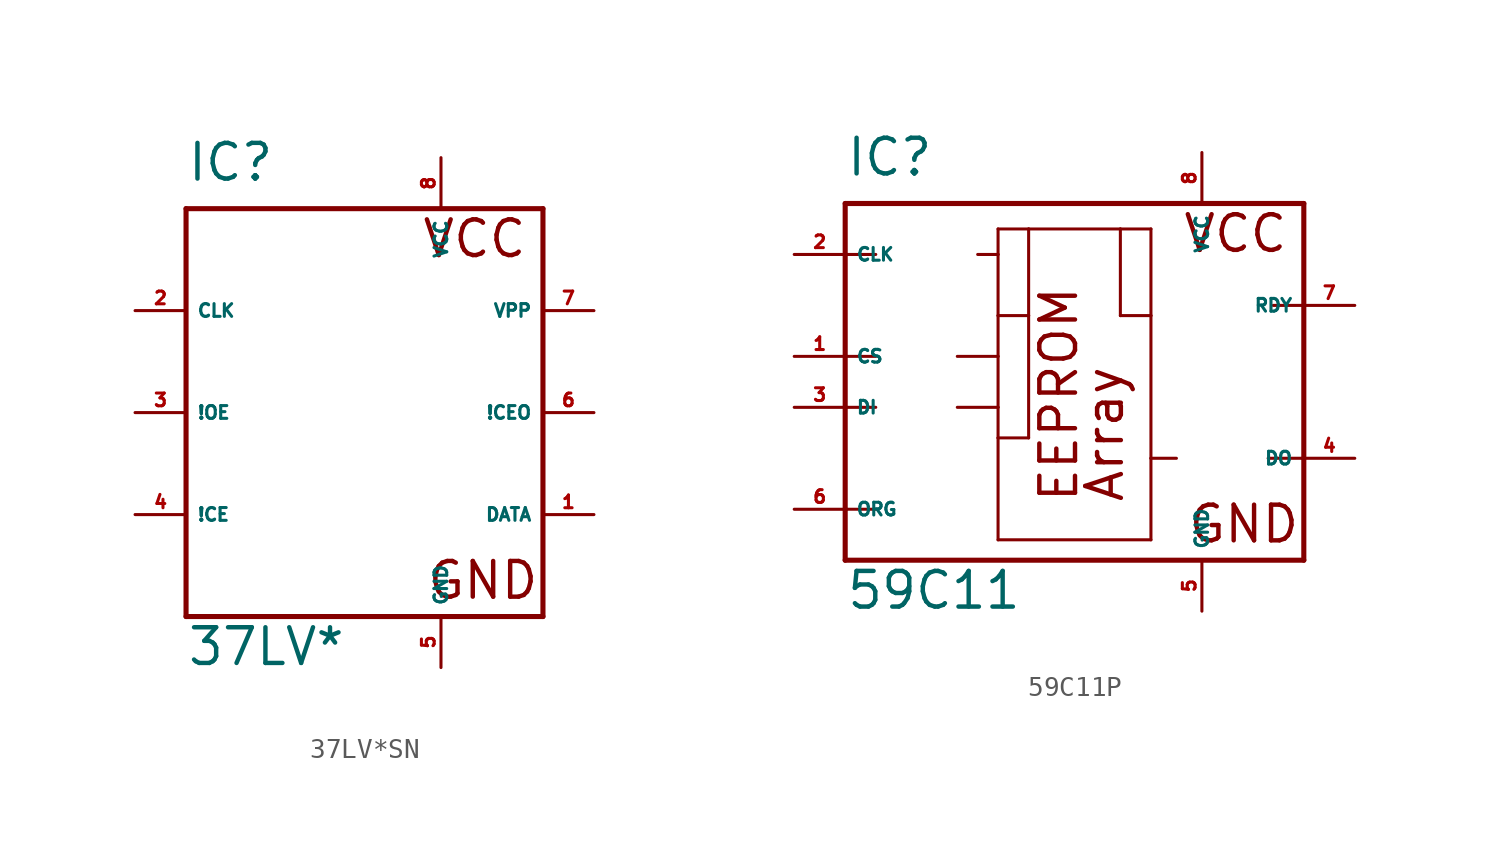
<source format=kicad_sym>
(kicad_symbol_lib
  (version 20220914)
  (generator Eagle2Kicad)
  (symbol "37LV*SN"
    (property "Reference" "IC"
      (at -10.16 11.43 0)
      (effects (font (size 1.778 1.778) (thickness 0.22)) (justify left bottom)))
    (property "Value" "37LV*"
      (at -10.16 -12.7 0)
      (effects (font (size 1.778 1.778) (thickness 0.22)) (justify left bottom)))
    (polyline
      (pts (xy -10.16 10.16) (xy 7.62 10.16))
      (stroke (width 0.254) (type default))
      (fill (type none)))
    (polyline
      (pts (xy 7.62 10.16) (xy 7.62 -10.16))
      (stroke (width 0.254) (type default))
      (fill (type none)))
    (polyline
      (pts (xy 7.62 -10.16) (xy -10.16 -10.16))
      (stroke (width 0.254) (type default))
      (fill (type none)))
    (polyline
      (pts (xy -10.16 -10.16) (xy -10.16 10.16))
      (stroke (width 0.254) (type default))
      (fill (type none)))
    (text "VCC"
      (at 1.524 7.62 0)
      (effects (font (size 1.778 1.778) (thickness 0.22)) (justify left bottom)))
    (text "GND"
      (at 1.778 -9.398 0)
      (effects (font (size 1.778 1.778) (thickness 0.22)) (justify left bottom)))
    (pin unspecified line
      (at 2.54 12.7 270)
      (length 2.54)
      (name "VCC" (effects (font (size 0.635 0.635) (thickness 0.08)) (justify left bottom)))
      (number "8" (effects (font (size 0.635 0.635) (thickness 0.08)) (justify left bottom))))
    (pin unspecified line
      (at 2.54 -12.7 90)
      (length 2.54)
      (name "GND" (effects (font (size 0.635 0.635) (thickness 0.08)) (justify left bottom)))
      (number "5" (effects (font (size 0.635 0.635) (thickness 0.08)) (justify left bottom))))
    (pin input line
      (at -12.7 5.08 0)
      (length 2.54)
      (name "CLK" (effects (font (size 0.635 0.635) (thickness 0.08)) (justify left bottom)))
      (number "2" (effects (font (size 0.635 0.635) (thickness 0.08)) (justify left bottom))))
    (pin tri_state line
      (at 10.16 -5.08 180)
      (length 2.54)
      (name "DATA" (effects (font (size 0.635 0.635) (thickness 0.08)) (justify left bottom)))
      (number "1" (effects (font (size 0.635 0.635) (thickness 0.08)) (justify left bottom))))
    (pin input line
      (at -12.7 0 0)
      (length 2.54)
      (name "!OE" (effects (font (size 0.635 0.635) (thickness 0.08)) (justify left bottom)))
      (number "3" (effects (font (size 0.635 0.635) (thickness 0.08)) (justify left bottom))))
    (pin input line
      (at -12.7 -5.08 0)
      (length 2.54)
      (name "!CE" (effects (font (size 0.635 0.635) (thickness 0.08)) (justify left bottom)))
      (number "4" (effects (font (size 0.635 0.635) (thickness 0.08)) (justify left bottom))))
    (pin input line
      (at 10.16 5.08 180)
      (length 2.54)
      (name "VPP" (effects (font (size 0.635 0.635) (thickness 0.08)) (justify left bottom)))
      (number "7" (effects (font (size 0.635 0.635) (thickness 0.08)) (justify left bottom))))
    (pin output line
      (at 10.16 0 180)
      (length 2.54)
      (name "!CEO" (effects (font (size 0.635 0.635) (thickness 0.08)) (justify left bottom)))
      (number "6" (effects (font (size 0.635 0.635) (thickness 0.08)) (justify left bottom)))))
  (symbol "59C11P"
    (property "Reference" "IC"
      (at -10.16 11.43 0)
      (effects (font (size 1.778 1.778) (thickness 0.22)) (justify left bottom)))
    (property "Value" "59C11"
      (at -10.16 -10.16 0)
      (effects (font (size 1.778 1.778) (thickness 0.22)) (justify left bottom)))
    (polyline
      (pts (xy -10.16 10.16) (xy 12.7 10.16))
      (stroke (width 0.254) (type default))
      (fill (type none)))
    (polyline
      (pts (xy 12.7 10.16) (xy 12.7 5.08))
      (stroke (width 0.254) (type default))
      (fill (type none)))
    (polyline
      (pts (xy 12.7 5.08) (xy 12.7 -2.54))
      (stroke (width 0.254) (type default))
      (fill (type none)))
    (polyline
      (pts (xy 12.7 -2.54) (xy 12.7 -7.62))
      (stroke (width 0.254) (type default))
      (fill (type none)))
    (polyline
      (pts (xy 12.7 -7.62) (xy -10.16 -7.62))
      (stroke (width 0.254) (type default))
      (fill (type none)))
    (polyline
      (pts (xy -10.16 -7.62) (xy -10.16 -5.08))
      (stroke (width 0.254) (type default))
      (fill (type none)))
    (polyline
      (pts (xy -10.16 -5.08) (xy -10.16 0))
      (stroke (width 0.254) (type default))
      (fill (type none)))
    (polyline
      (pts (xy -10.16 0) (xy -10.16 2.54))
      (stroke (width 0.254) (type default))
      (fill (type none)))
    (polyline
      (pts (xy -10.16 2.54) (xy -10.16 7.62))
      (stroke (width 0.254) (type default))
      (fill (type none)))
    (polyline
      (pts (xy -10.16 7.62) (xy -10.16 10.16))
      (stroke (width 0.254) (type default))
      (fill (type none)))
    (polyline
      (pts (xy -2.54 8.89) (xy -1.016 8.89))
      (stroke (width 0.152) (type default))
      (fill (type none)))
    (polyline
      (pts (xy -1.016 8.89) (xy 3.556 8.89))
      (stroke (width 0.152) (type default))
      (fill (type none)))
    (polyline
      (pts (xy 3.556 8.89) (xy 5.08 8.89))
      (stroke (width 0.152) (type default))
      (fill (type none)))
    (polyline
      (pts (xy 5.08 8.89) (xy 5.08 4.572))
      (stroke (width 0.152) (type default))
      (fill (type none)))
    (polyline
      (pts (xy 5.08 4.572) (xy 5.08 -2.54))
      (stroke (width 0.152) (type default))
      (fill (type none)))
    (polyline
      (pts (xy 5.08 -2.54) (xy 5.08 -6.604))
      (stroke (width 0.152) (type default))
      (fill (type none)))
    (polyline
      (pts (xy 5.08 -6.604) (xy -2.54 -6.604))
      (stroke (width 0.152) (type default))
      (fill (type none)))
    (polyline
      (pts (xy -2.54 -6.604) (xy -2.54 -1.524))
      (stroke (width 0.152) (type default))
      (fill (type none)))
    (polyline
      (pts (xy -2.54 -1.524) (xy -2.54 0))
      (stroke (width 0.152) (type default))
      (fill (type none)))
    (polyline
      (pts (xy -2.54 0) (xy -2.54 2.54))
      (stroke (width 0.152) (type default))
      (fill (type none)))
    (polyline
      (pts (xy -2.54 2.54) (xy -2.54 4.572))
      (stroke (width 0.152) (type default))
      (fill (type none)))
    (polyline
      (pts (xy -2.54 4.572) (xy -2.54 7.62))
      (stroke (width 0.152) (type default))
      (fill (type none)))
    (polyline
      (pts (xy -2.54 7.62) (xy -2.54 8.89))
      (stroke (width 0.152) (type default))
      (fill (type none)))
    (polyline
      (pts (xy -10.16 0) (xy -8.636 0))
      (stroke (width 0.152) (type default))
      (fill (type none)))
    (polyline
      (pts (xy -10.16 -5.08) (xy -8.636 -5.08))
      (stroke (width 0.152) (type default))
      (fill (type none)))
    (polyline
      (pts (xy -10.16 7.62) (xy -8.636 7.62))
      (stroke (width 0.152) (type default))
      (fill (type none)))
    (polyline
      (pts (xy -3.556 7.62) (xy -2.54 7.62))
      (stroke (width 0.152) (type default))
      (fill (type none)))
    (polyline
      (pts (xy 12.7 -2.54) (xy 10.922 -2.54))
      (stroke (width 0.152) (type default))
      (fill (type none)))
    (polyline
      (pts (xy 6.35 -2.54) (xy 5.08 -2.54))
      (stroke (width 0.152) (type default))
      (fill (type none)))
    (polyline
      (pts (xy -1.016 4.572) (xy -1.016 -1.524))
      (stroke (width 0.152) (type default))
      (fill (type none)))
    (polyline
      (pts (xy -10.16 2.54) (xy -8.636 2.54))
      (stroke (width 0.152) (type default))
      (fill (type none)))
    (polyline
      (pts (xy -4.572 2.54) (xy -2.54 2.54))
      (stroke (width 0.152) (type default))
      (fill (type none)))
    (polyline
      (pts (xy -2.54 4.572) (xy -1.016 4.572))
      (stroke (width 0.152) (type default))
      (fill (type none)))
    (polyline
      (pts (xy 12.7 5.08) (xy 11.176 5.08))
      (stroke (width 0.152) (type default))
      (fill (type none)))
    (polyline
      (pts (xy -4.572 0) (xy -2.54 0))
      (stroke (width 0.152) (type default))
      (fill (type none)))
    (polyline
      (pts (xy -2.54 -1.524) (xy -1.016 -1.524))
      (stroke (width 0.152) (type default))
      (fill (type none)))
    (polyline
      (pts (xy -1.016 8.89) (xy -1.016 4.572))
      (stroke (width 0.152) (type default))
      (fill (type none)))
    (polyline
      (pts (xy 5.08 4.572) (xy 3.556 4.572))
      (stroke (width 0.152) (type default))
      (fill (type none)))
    (polyline
      (pts (xy 3.556 8.89) (xy 3.556 4.572))
      (stroke (width 0.152) (type default))
      (fill (type none)))
    (text "Array"
      (at 3.81 -4.826 900)
      (effects (font (size 1.778 1.778) (thickness 0.22)) (justify left bottom)))
    (text "VCC"
      (at 6.604 7.62 0)
      (effects (font (size 1.778 1.778) (thickness 0.22)) (justify left bottom)))
    (text "GND"
      (at 6.858 -6.858 0)
      (effects (font (size 1.778 1.778) (thickness 0.22)) (justify left bottom)))
    (text "EEPROM"
      (at 1.524 -4.826 900)
      (effects (font (size 1.778 1.778) (thickness 0.22)) (justify left bottom)))
    (pin unspecified line
      (at 7.62 12.7 270)
      (length 2.54)
      (name "VCC" (effects (font (size 0.635 0.635) (thickness 0.08)) (justify left bottom)))
      (number "8" (effects (font (size 0.635 0.635) (thickness 0.08)) (justify left bottom))))
    (pin unspecified line
      (at 7.62 -10.16 90)
      (length 2.54)
      (name "GND" (effects (font (size 0.635 0.635) (thickness 0.08)) (justify left bottom)))
      (number "5" (effects (font (size 0.635 0.635) (thickness 0.08)) (justify left bottom))))
    (pin input line
      (at -12.7 7.62 0)
      (length 2.54)
      (name "CLK" (effects (font (size 0.635 0.635) (thickness 0.08)) (justify left bottom)))
      (number "2" (effects (font (size 0.635 0.635) (thickness 0.08)) (justify left bottom))))
    (pin tri_state line
      (at 15.24 -2.54 180)
      (length 2.54)
      (name "DO" (effects (font (size 0.635 0.635) (thickness 0.08)) (justify left bottom)))
      (number "4" (effects (font (size 0.635 0.635) (thickness 0.08)) (justify left bottom))))
    (pin output line
      (at 15.24 5.08 180)
      (length 2.54)
      (name "RDY" (effects (font (size 0.635 0.635) (thickness 0.08)) (justify left bottom)))
      (number "7" (effects (font (size 0.635 0.635) (thickness 0.08)) (justify left bottom))))
    (pin input line
      (at -12.7 -5.08 0)
      (length 2.54)
      (name "ORG" (effects (font (size 0.635 0.635) (thickness 0.08)) (justify left bottom)))
      (number "6" (effects (font (size 0.635 0.635) (thickness 0.08)) (justify left bottom))))
    (pin input line
      (at -12.7 0 0)
      (length 2.54)
      (name "DI" (effects (font (size 0.635 0.635) (thickness 0.08)) (justify left bottom)))
      (number "3" (effects (font (size 0.635 0.635) (thickness 0.08)) (justify left bottom))))
    (pin input line
      (at -12.7 2.54 0)
      (length 2.54)
      (name "CS" (effects (font (size 0.635 0.635) (thickness 0.08)) (justify left bottom)))
      (number "1" (effects (font (size 0.635 0.635) (thickness 0.08)) (justify left bottom))))))
</source>
